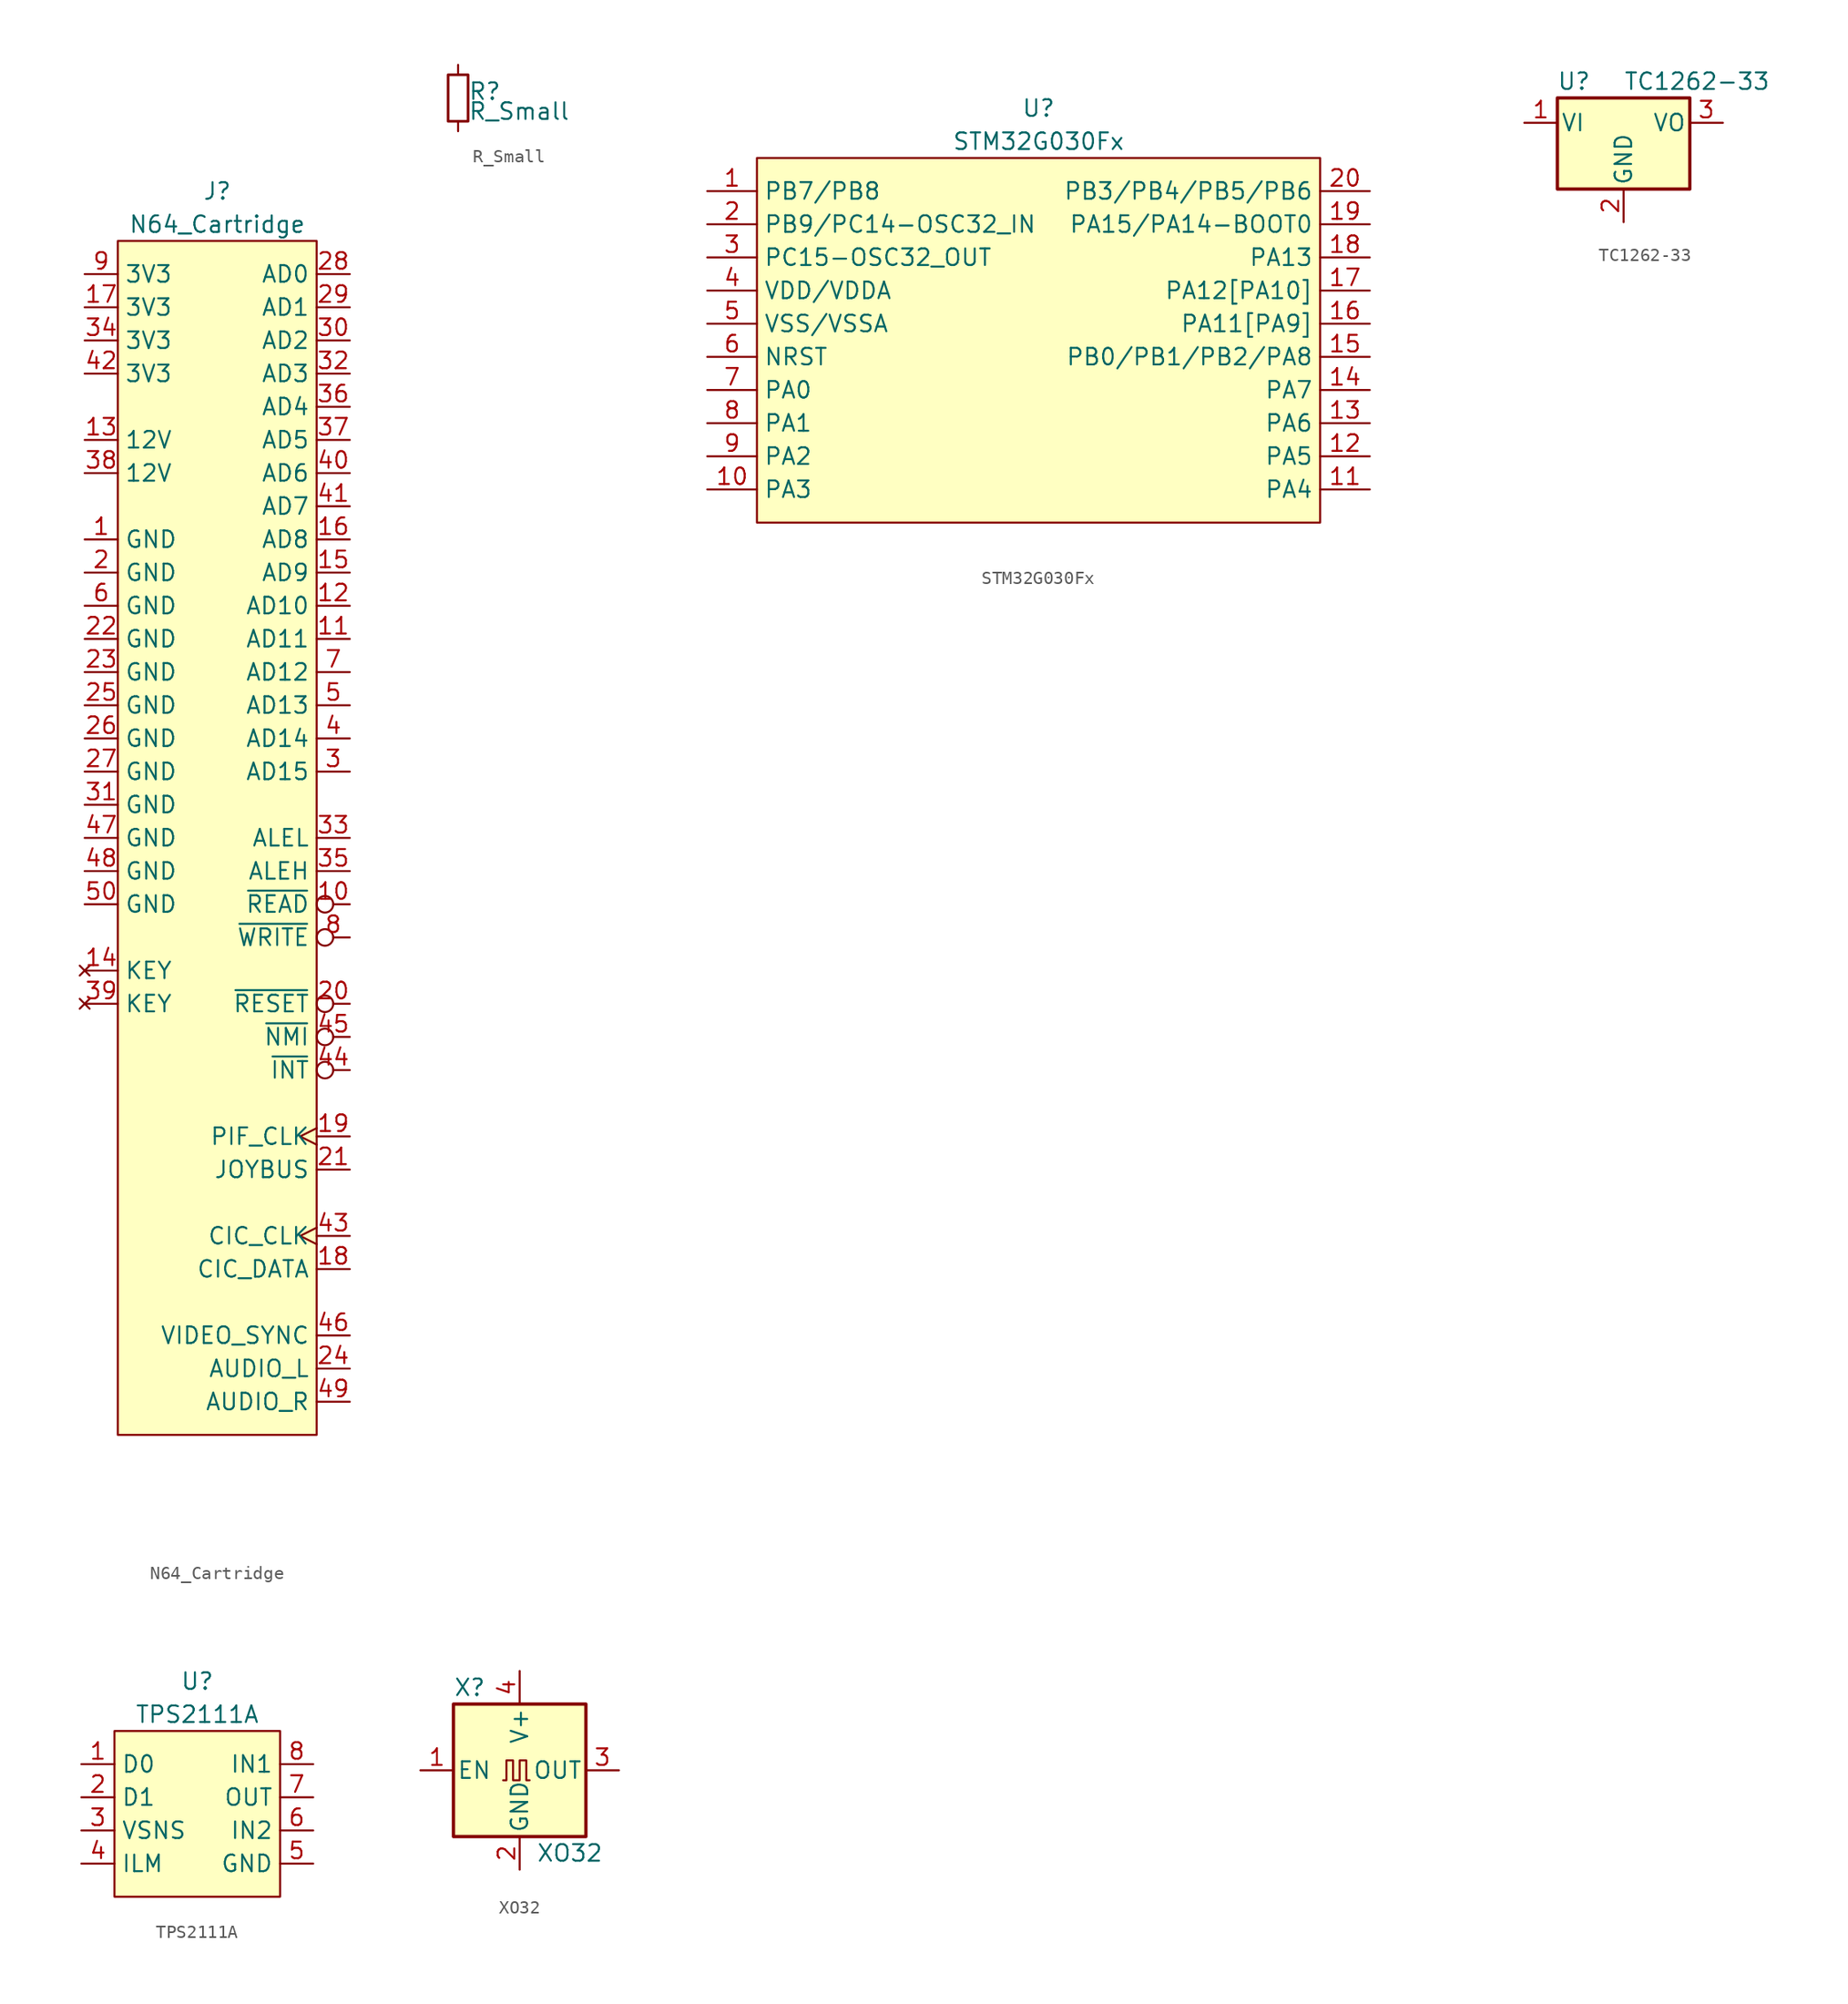
<source format=kicad_sym>
(kicad_symbol_lib
  (version 20231120)
  (generator "kicad_symbol_editor")
  (generator_version "8.0")
  (symbol "N64_Cartridge"
    (property "Reference" "J"
      (at 0 3.81 0)
      (effects (font (size 1.27 1.27))))
    (property "Value" "N64_Cartridge"
      (at 0 1.27 0)
      (effects (font (size 1.27 1.27))))
    (symbol "N64_Cartridge_0_1"
      (rectangle (start -7.62 0) (end 7.62 -91.44) (stroke (width 0) (type default)) (fill (type background))))
    (symbol "N64_Cartridge_1_1"
      (pin power_out line (at -10.16 -22.86 0) (length 2.54) (name "GND" (effects (font (size 1.27 1.27)))) (number "1" (effects (font (size 1.27 1.27)))))
      (pin output inverted (at 10.16 -50.8 180) (length 2.54) (name "~{READ}" (effects (font (size 1.27 1.27)))) (number "10" (effects (font (size 1.27 1.27)))))
      (pin bidirectional line (at 10.16 -30.48 180) (length 2.54) (name "AD11" (effects (font (size 1.27 1.27)))) (number "11" (effects (font (size 1.27 1.27)))))
      (pin bidirectional line (at 10.16 -27.94 180) (length 2.54) (name "AD10" (effects (font (size 1.27 1.27)))) (number "12" (effects (font (size 1.27 1.27)))))
      (pin power_out line (at -10.16 -15.24 0) (length 2.54) (name "12V" (effects (font (size 1.27 1.27)))) (number "13" (effects (font (size 1.27 1.27)))))
      (pin no_connect line (at -10.16 -55.88 0) (length 2.54) (name "KEY" (effects (font (size 1.27 1.27)))) (number "14" (effects (font (size 1.27 1.27)))))
      (pin bidirectional line (at 10.16 -25.4 180) (length 2.54) (name "AD9" (effects (font (size 1.27 1.27)))) (number "15" (effects (font (size 1.27 1.27)))))
      (pin bidirectional line (at 10.16 -22.86 180) (length 2.54) (name "AD8" (effects (font (size 1.27 1.27)))) (number "16" (effects (font (size 1.27 1.27)))))
      (pin power_out line (at -10.16 -5.08 0) (length 2.54) (name "3V3" (effects (font (size 1.27 1.27)))) (number "17" (effects (font (size 1.27 1.27)))))
      (pin bidirectional line (at 10.16 -78.74 180) (length 2.54) (name "CIC_DATA" (effects (font (size 1.27 1.27)))) (number "18" (effects (font (size 1.27 1.27)))))
      (pin output clock (at 10.16 -68.58 180) (length 2.54) (name "PIF_CLK" (effects (font (size 1.27 1.27)))) (number "19" (effects (font (size 1.27 1.27)))))
      (pin power_out line (at -10.16 -25.4 0) (length 2.54) (name "GND" (effects (font (size 1.27 1.27)))) (number "2" (effects (font (size 1.27 1.27)))))
      (pin output inverted (at 10.16 -58.42 180) (length 2.54) (name "~{RESET}" (effects (font (size 1.27 1.27)))) (number "20" (effects (font (size 1.27 1.27)))))
      (pin bidirectional line (at 10.16 -71.12 180) (length 2.54) (name "JOYBUS" (effects (font (size 1.27 1.27)))) (number "21" (effects (font (size 1.27 1.27)))))
      (pin power_out line (at -10.16 -30.48 0) (length 2.54) (name "GND" (effects (font (size 1.27 1.27)))) (number "22" (effects (font (size 1.27 1.27)))))
      (pin power_out line (at -10.16 -33.02 0) (length 2.54) (name "GND" (effects (font (size 1.27 1.27)))) (number "23" (effects (font (size 1.27 1.27)))))
      (pin input line (at 10.16 -86.36 180) (length 2.54) (name "AUDIO_L" (effects (font (size 1.27 1.27)))) (number "24" (effects (font (size 1.27 1.27)))))
      (pin power_out line (at -10.16 -35.56 0) (length 2.54) (name "GND" (effects (font (size 1.27 1.27)))) (number "25" (effects (font (size 1.27 1.27)))))
      (pin power_out line (at -10.16 -38.1 0) (length 2.54) (name "GND" (effects (font (size 1.27 1.27)))) (number "26" (effects (font (size 1.27 1.27)))))
      (pin power_out line (at -10.16 -40.64 0) (length 2.54) (name "GND" (effects (font (size 1.27 1.27)))) (number "27" (effects (font (size 1.27 1.27)))))
      (pin bidirectional line (at 10.16 -2.54 180) (length 2.54) (name "AD0" (effects (font (size 1.27 1.27)))) (number "28" (effects (font (size 1.27 1.27)))))
      (pin bidirectional line (at 10.16 -5.08 180) (length 2.54) (name "AD1" (effects (font (size 1.27 1.27)))) (number "29" (effects (font (size 1.27 1.27)))))
      (pin bidirectional line (at 10.16 -40.64 180) (length 2.54) (name "AD15" (effects (font (size 1.27 1.27)))) (number "3" (effects (font (size 1.27 1.27)))))
      (pin bidirectional line (at 10.16 -7.62 180) (length 2.54) (name "AD2" (effects (font (size 1.27 1.27)))) (number "30" (effects (font (size 1.27 1.27)))))
      (pin power_out line (at -10.16 -43.18 0) (length 2.54) (name "GND" (effects (font (size 1.27 1.27)))) (number "31" (effects (font (size 1.27 1.27)))))
      (pin bidirectional line (at 10.16 -10.16 180) (length 2.54) (name "AD3" (effects (font (size 1.27 1.27)))) (number "32" (effects (font (size 1.27 1.27)))))
      (pin output line (at 10.16 -45.72 180) (length 2.54) (name "ALEL" (effects (font (size 1.27 1.27)))) (number "33" (effects (font (size 1.27 1.27)))))
      (pin power_out line (at -10.16 -7.62 0) (length 2.54) (name "3V3" (effects (font (size 1.27 1.27)))) (number "34" (effects (font (size 1.27 1.27)))))
      (pin output line (at 10.16 -48.26 180) (length 2.54) (name "ALEH" (effects (font (size 1.27 1.27)))) (number "35" (effects (font (size 1.27 1.27)))))
      (pin bidirectional line (at 10.16 -12.7 180) (length 2.54) (name "AD4" (effects (font (size 1.27 1.27)))) (number "36" (effects (font (size 1.27 1.27)))))
      (pin bidirectional line (at 10.16 -15.24 180) (length 2.54) (name "AD5" (effects (font (size 1.27 1.27)))) (number "37" (effects (font (size 1.27 1.27)))))
      (pin power_out line (at -10.16 -17.78 0) (length 2.54) (name "12V" (effects (font (size 1.27 1.27)))) (number "38" (effects (font (size 1.27 1.27)))))
      (pin no_connect line (at -10.16 -58.42 0) (length 2.54) (name "KEY" (effects (font (size 1.27 1.27)))) (number "39" (effects (font (size 1.27 1.27)))))
      (pin bidirectional line (at 10.16 -38.1 180) (length 2.54) (name "AD14" (effects (font (size 1.27 1.27)))) (number "4" (effects (font (size 1.27 1.27)))))
      (pin bidirectional line (at 10.16 -17.78 180) (length 2.54) (name "AD6" (effects (font (size 1.27 1.27)))) (number "40" (effects (font (size 1.27 1.27)))))
      (pin bidirectional line (at 10.16 -20.32 180) (length 2.54) (name "AD7" (effects (font (size 1.27 1.27)))) (number "41" (effects (font (size 1.27 1.27)))))
      (pin power_out line (at -10.16 -10.16 0) (length 2.54) (name "3V3" (effects (font (size 1.27 1.27)))) (number "42" (effects (font (size 1.27 1.27)))))
      (pin output clock (at 10.16 -76.2 180) (length 2.54) (name "CIC_CLK" (effects (font (size 1.27 1.27)))) (number "43" (effects (font (size 1.27 1.27)))))
      (pin output inverted (at 10.16 -63.5 180) (length 2.54) (name "~{INT}" (effects (font (size 1.27 1.27)))) (number "44" (effects (font (size 1.27 1.27)))))
      (pin output inverted (at 10.16 -60.96 180) (length 2.54) (name "~{NMI}" (effects (font (size 1.27 1.27)))) (number "45" (effects (font (size 1.27 1.27)))))
      (pin output line (at 10.16 -83.82 180) (length 2.54) (name "VIDEO_SYNC" (effects (font (size 1.27 1.27)))) (number "46" (effects (font (size 1.27 1.27)))))
      (pin power_out line (at -10.16 -45.72 0) (length 2.54) (name "GND" (effects (font (size 1.27 1.27)))) (number "47" (effects (font (size 1.27 1.27)))))
      (pin power_out line (at -10.16 -48.26 0) (length 2.54) (name "GND" (effects (font (size 1.27 1.27)))) (number "48" (effects (font (size 1.27 1.27)))))
      (pin input line (at 10.16 -88.9 180) (length 2.54) (name "AUDIO_R" (effects (font (size 1.27 1.27)))) (number "49" (effects (font (size 1.27 1.27)))))
      (pin bidirectional line (at 10.16 -35.56 180) (length 2.54) (name "AD13" (effects (font (size 1.27 1.27)))) (number "5" (effects (font (size 1.27 1.27)))))
      (pin power_out line (at -10.16 -50.8 0) (length 2.54) (name "GND" (effects (font (size 1.27 1.27)))) (number "50" (effects (font (size 1.27 1.27)))))
      (pin power_out line (at -10.16 -27.94 0) (length 2.54) (name "GND" (effects (font (size 1.27 1.27)))) (number "6" (effects (font (size 1.27 1.27)))))
      (pin bidirectional line (at 10.16 -33.02 180) (length 2.54) (name "AD12" (effects (font (size 1.27 1.27)))) (number "7" (effects (font (size 1.27 1.27)))))
      (pin output inverted (at 10.16 -53.34 180) (length 2.54) (name "~{WRITE}" (effects (font (size 1.27 1.27)))) (number "8" (effects (font (size 1.27 1.27)))))
      (pin power_out line (at -10.16 -2.54 0) (length 2.54) (name "3V3" (effects (font (size 1.27 1.27)))) (number "9" (effects (font (size 1.27 1.27)))))))
  (symbol "R_Small"
    (pin_numbers hide)
    (pin_names
      (offset 0.254) hide)
    (property "Reference" "R"
      (at 0.762 0.508 0)
      (effects (font (size 1.27 1.27)) (justify left)))
    (property "Value" "R_Small"
      (at 0.762 -1.016 0)
      (effects (font (size 1.27 1.27)) (justify left)))
    (symbol "R_Small_0_1"
      (rectangle (start -0.762 1.778) (end 0.762 -1.778) (stroke (width 0.203) (type default)) (fill (type none))))
    (symbol "R_Small_1_1"
      (pin passive line (at 0 2.54 270) (length 0.762) (name "~" (effects (font (size 1.27 1.27)))) (number "1" (effects (font (size 1.27 1.27)))))
      (pin passive line (at 0 -2.54 90) (length 0.762) (name "~" (effects (font (size 1.27 1.27)))) (number "2" (effects (font (size 1.27 1.27)))))))
  (symbol "STM32G030Fx"
    (property "Reference" "U"
      (at 0 3.81 0)
      (effects (font (size 1.27 1.27))))
    (property "Value" "STM32G030Fx"
      (at 0 1.27 0)
      (effects (font (size 1.27 1.27))))
    (symbol "STM32G030Fx_0_1"
      (rectangle (start -21.59 0) (end 21.59 -27.94) (stroke (width 0) (type default)) (fill (type background))))
    (symbol "STM32G030Fx_1_1"
      (pin bidirectional line (at -25.4 -2.54 0) (length 3.81) (name "PB7/PB8" (effects (font (size 1.27 1.27)))) (number "1" (effects (font (size 1.27 1.27)))))
      (pin bidirectional line (at -25.4 -25.4 0) (length 3.81) (name "PA3" (effects (font (size 1.27 1.27)))) (number "10" (effects (font (size 1.27 1.27)))))
      (pin bidirectional line (at 25.4 -25.4 180) (length 3.81) (name "PA4" (effects (font (size 1.27 1.27)))) (number "11" (effects (font (size 1.27 1.27)))))
      (pin bidirectional line (at 25.4 -22.86 180) (length 3.81) (name "PA5" (effects (font (size 1.27 1.27)))) (number "12" (effects (font (size 1.27 1.27)))))
      (pin bidirectional line (at 25.4 -20.32 180) (length 3.81) (name "PA6" (effects (font (size 1.27 1.27)))) (number "13" (effects (font (size 1.27 1.27)))))
      (pin bidirectional line (at 25.4 -17.78 180) (length 3.81) (name "PA7" (effects (font (size 1.27 1.27)))) (number "14" (effects (font (size 1.27 1.27)))))
      (pin bidirectional line (at 25.4 -15.24 180) (length 3.81) (name "PB0/PB1/PB2/PA8" (effects (font (size 1.27 1.27)))) (number "15" (effects (font (size 1.27 1.27)))))
      (pin bidirectional line (at 25.4 -12.7 180) (length 3.81) (name "PA11[PA9]" (effects (font (size 1.27 1.27)))) (number "16" (effects (font (size 1.27 1.27)))))
      (pin bidirectional line (at 25.4 -10.16 180) (length 3.81) (name "PA12[PA10]" (effects (font (size 1.27 1.27)))) (number "17" (effects (font (size 1.27 1.27)))))
      (pin bidirectional line (at 25.4 -7.62 180) (length 3.81) (name "PA13" (effects (font (size 1.27 1.27)))) (number "18" (effects (font (size 1.27 1.27)))))
      (pin bidirectional line (at 25.4 -5.08 180) (length 3.81) (name "PA15/PA14-BOOT0" (effects (font (size 1.27 1.27)))) (number "19" (effects (font (size 1.27 1.27)))))
      (pin bidirectional line (at -25.4 -5.08 0) (length 3.81) (name "PB9/PC14-OSC32_IN" (effects (font (size 1.27 1.27)))) (number "2" (effects (font (size 1.27 1.27)))))
      (pin bidirectional line (at 25.4 -2.54 180) (length 3.81) (name "PB3/PB4/PB5/PB6" (effects (font (size 1.27 1.27)))) (number "20" (effects (font (size 1.27 1.27)))))
      (pin bidirectional line (at -25.4 -7.62 0) (length 3.81) (name "PC15-OSC32_OUT" (effects (font (size 1.27 1.27)))) (number "3" (effects (font (size 1.27 1.27)))))
      (pin power_in line (at -25.4 -10.16 0) (length 3.81) (name "VDD/VDDA" (effects (font (size 1.27 1.27)))) (number "4" (effects (font (size 1.27 1.27)))))
      (pin power_in line (at -25.4 -12.7 0) (length 3.81) (name "VSS/VSSA" (effects (font (size 1.27 1.27)))) (number "5" (effects (font (size 1.27 1.27)))))
      (pin input line (at -25.4 -15.24 0) (length 3.81) (name "NRST" (effects (font (size 1.27 1.27)))) (number "6" (effects (font (size 1.27 1.27)))))
      (pin bidirectional line (at -25.4 -17.78 0) (length 3.81) (name "PA0" (effects (font (size 1.27 1.27)))) (number "7" (effects (font (size 1.27 1.27)))))
      (pin bidirectional line (at -25.4 -20.32 0) (length 3.81) (name "PA1" (effects (font (size 1.27 1.27)))) (number "8" (effects (font (size 1.27 1.27)))))
      (pin bidirectional line (at -25.4 -22.86 0) (length 3.81) (name "PA2" (effects (font (size 1.27 1.27)))) (number "9" (effects (font (size 1.27 1.27)))))))
  (symbol "TC1262-33"
    (pin_names
      (offset 0.254))
    (property "Reference" "U"
      (at -3.81 3.175 0)
      (effects (font (size 1.27 1.27))))
    (property "Value" "TC1262-33"
      (at 0 3.175 0)
      (effects (font (size 1.27 1.27)) (justify left)))
    (symbol "TC1262-33_1_1"
      (rectangle (start -5.08 1.905) (end 5.08 -5.08) (stroke (width 0.254) (type default)) (fill (type background)))
      (pin power_in line (at -7.62 0 0) (length 2.54) (name "VI" (effects (font (size 1.27 1.27)))) (number "1" (effects (font (size 1.27 1.27)))))
      (pin power_in line (at 0 -7.62 90) (length 2.54) (name "GND" (effects (font (size 1.27 1.27)))) (number "2" (effects (font (size 1.27 1.27)))))
      (pin power_out line (at 7.62 0 180) (length 2.54) (name "VO" (effects (font (size 1.27 1.27)))) (number "3" (effects (font (size 1.27 1.27)))))))
  (symbol "TPS2111A"
    (property "Reference" "U"
      (at 0 3.81 0)
      (effects (font (size 1.27 1.27))))
    (property "Value" "TPS2111A"
      (at 0 1.27 0)
      (effects (font (size 1.27 1.27))))
    (symbol "TPS2111A_0_1"
      (rectangle (start -6.35 0) (end 6.35 -12.7) (stroke (width 0) (type default)) (fill (type background))))
    (symbol "TPS2111A_1_1"
      (pin input line (at -8.89 -2.54 0) (length 2.54) (name "D0" (effects (font (size 1.27 1.27)))) (number "1" (effects (font (size 1.27 1.27)))))
      (pin input line (at -8.89 -5.08 0) (length 2.54) (name "D1" (effects (font (size 1.27 1.27)))) (number "2" (effects (font (size 1.27 1.27)))))
      (pin input line (at -8.89 -7.62 0) (length 2.54) (name "VSNS" (effects (font (size 1.27 1.27)))) (number "3" (effects (font (size 1.27 1.27)))))
      (pin input line (at -8.89 -10.16 0) (length 2.54) (name "ILM" (effects (font (size 1.27 1.27)))) (number "4" (effects (font (size 1.27 1.27)))))
      (pin power_in line (at 8.89 -10.16 180) (length 2.54) (name "GND" (effects (font (size 1.27 1.27)))) (number "5" (effects (font (size 1.27 1.27)))))
      (pin power_in line (at 8.89 -7.62 180) (length 2.54) (name "IN2" (effects (font (size 1.27 1.27)))) (number "6" (effects (font (size 1.27 1.27)))))
      (pin power_out line (at 8.89 -5.08 180) (length 2.54) (name "OUT" (effects (font (size 1.27 1.27)))) (number "7" (effects (font (size 1.27 1.27)))))
      (pin power_in line (at 8.89 -2.54 180) (length 2.54) (name "IN1" (effects (font (size 1.27 1.27)))) (number "8" (effects (font (size 1.27 1.27)))))))
  (symbol "XO32"
    (pin_names
      (offset 0.254))
    (property "Reference" "X"
      (at -5.08 6.35 0)
      (effects (font (size 1.27 1.27)) (justify left)))
    (property "Value" "XO32"
      (at 1.27 -6.35 0)
      (effects (font (size 1.27 1.27)) (justify left)))
    (symbol "XO32_0_1"
      (rectangle (start -5.08 5.08) (end 5.08 -5.08) (stroke (width 0.254) (type default)) (fill (type background)))
      (polyline (pts (xy -1.27 -0.762) (xy -1.016 -0.762) (xy -1.016 0.762) (xy -0.508 0.762) (xy -0.508 -0.762) (xy 0 -0.762) (xy 0 0.762) (xy 0.508 0.762) (xy 0.508 -0.762) (xy 0.762 -0.762)) (stroke (width 0) (type default)) (fill (type none))))
    (symbol "XO32_1_1"
      (pin input line (at -7.62 0 0) (length 2.54) (name "EN" (effects (font (size 1.27 1.27)))) (number "1" (effects (font (size 1.27 1.27)))))
      (pin power_in line (at 0 -7.62 90) (length 2.54) (name "GND" (effects (font (size 1.27 1.27)))) (number "2" (effects (font (size 1.27 1.27)))))
      (pin output line (at 7.62 0 180) (length 2.54) (name "OUT" (effects (font (size 1.27 1.27)))) (number "3" (effects (font (size 1.27 1.27)))))
      (pin power_in line (at 0 7.62 270) (length 2.54) (name "V+" (effects (font (size 1.27 1.27)))) (number "4" (effects (font (size 1.27 1.27))))))))
</source>
